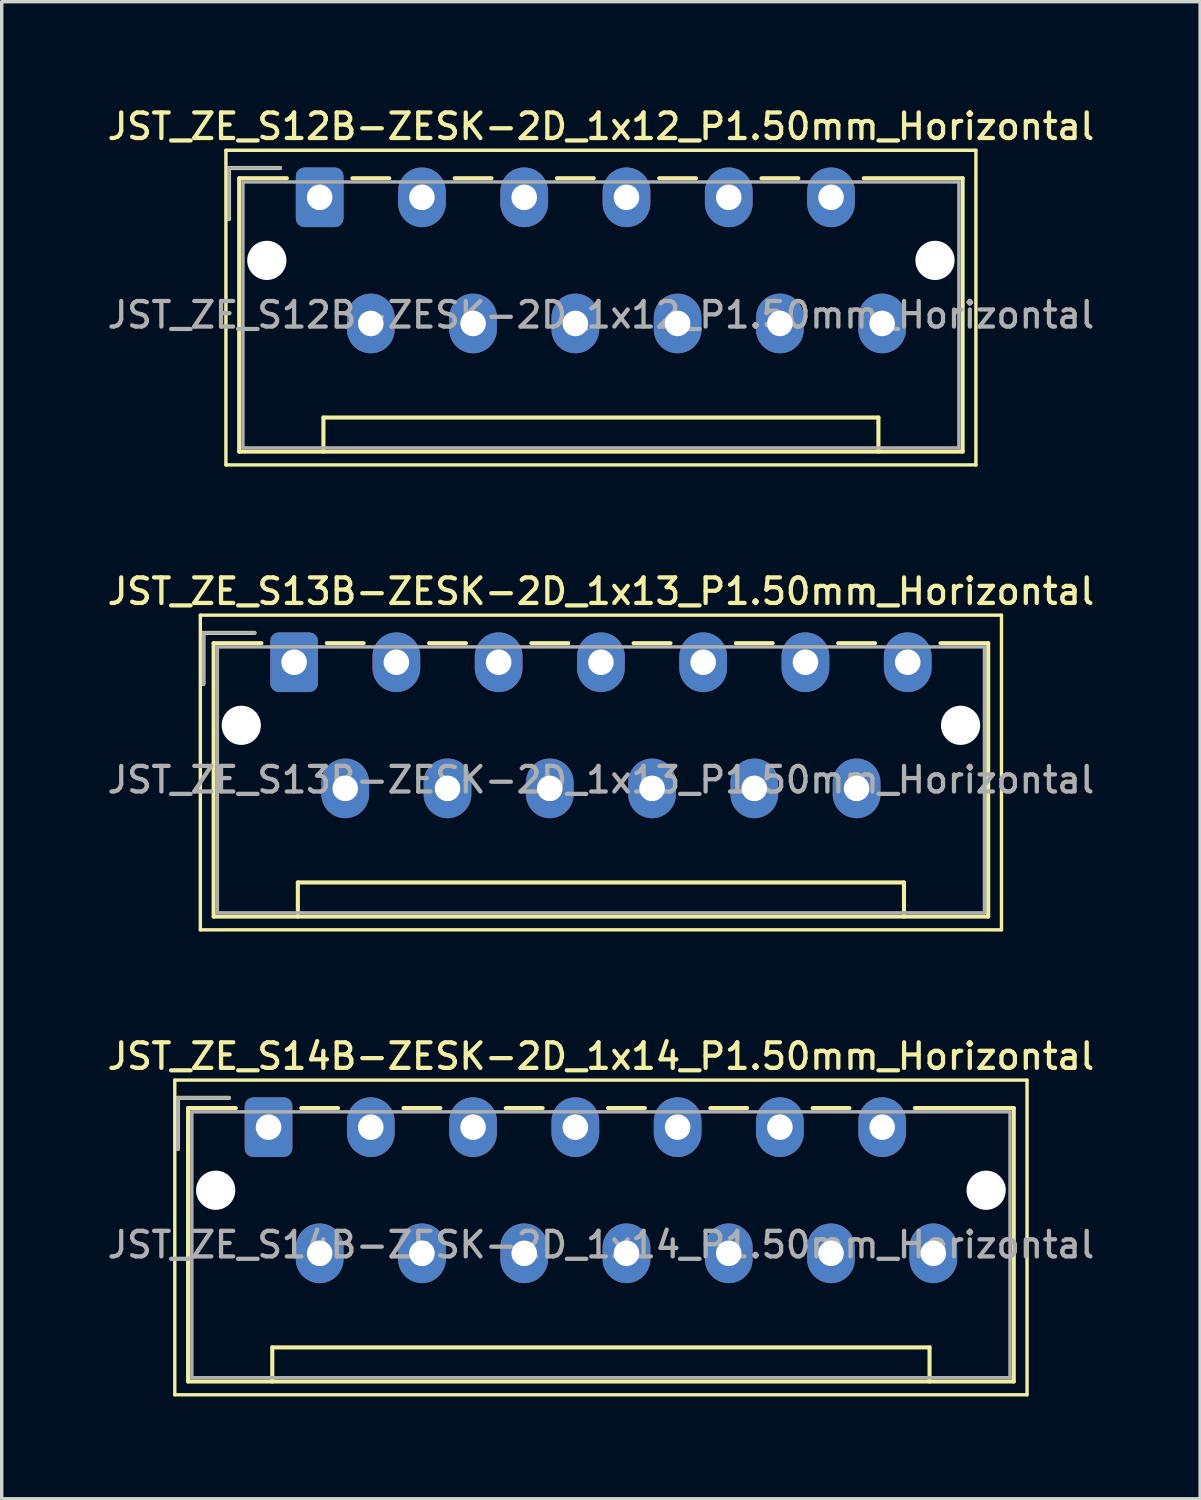
<source format=kicad_pcb>
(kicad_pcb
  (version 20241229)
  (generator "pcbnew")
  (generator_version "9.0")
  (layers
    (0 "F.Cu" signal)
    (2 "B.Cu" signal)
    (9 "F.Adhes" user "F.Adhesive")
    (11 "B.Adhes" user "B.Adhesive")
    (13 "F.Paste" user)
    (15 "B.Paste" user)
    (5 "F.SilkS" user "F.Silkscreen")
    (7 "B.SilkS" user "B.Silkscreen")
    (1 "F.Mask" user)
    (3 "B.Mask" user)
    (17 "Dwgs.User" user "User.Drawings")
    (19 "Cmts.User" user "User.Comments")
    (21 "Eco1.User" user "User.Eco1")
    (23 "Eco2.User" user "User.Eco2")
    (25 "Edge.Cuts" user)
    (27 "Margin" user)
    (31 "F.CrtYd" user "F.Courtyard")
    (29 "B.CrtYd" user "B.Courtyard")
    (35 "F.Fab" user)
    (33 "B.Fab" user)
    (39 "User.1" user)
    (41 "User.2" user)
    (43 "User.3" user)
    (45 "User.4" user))
  (footprint "JST_ZE_S13B-ZESK-2D_1x13_P1.50mm_Horizontal"
    (layer "F.Cu")
    (at 5.577 16.376)
    (property "Reference" "JST_ZE_S13B-ZESK-2D_1x13_P1.50mm_Horizontal" (at 9 -2.08 0) (layer "F.SilkS") (effects (font (size 0.75 0.75) (thickness 0.125))))
    (attr through_hole)
    (fp_line (start -2.75 -1.38) (end -2.75 7.85) (stroke (width 0.1) (type solid)) (layer "F.SilkS"))
    (fp_line (start -2.75 7.85) (end 20.75 7.85) (stroke (width 0.1) (type solid)) (layer "F.SilkS"))
    (fp_line (start -2.66 -0.86) (end -1.16 -0.86) (stroke (width 0.12) (type solid)) (layer "F.SilkS"))
    (fp_line (start -2.66 0.64) (end -2.66 -0.86) (stroke (width 0.12) (type solid)) (layer "F.SilkS"))
    (fp_line (start -2.36 -0.56) (end -2.36 7.46) (stroke (width 0.12) (type solid)) (layer "F.SilkS"))
    (fp_line (start -2.36 7.46) (end 20.36 7.46) (stroke (width 0.12) (type solid)) (layer "F.SilkS"))
    (fp_line (start -0.96 -0.56) (end -2.36 -0.56) (stroke (width 0.12) (type solid)) (layer "F.SilkS"))
    (fp_line (start 0.11 6.46) (end 17.89 6.46) (stroke (width 0.12) (type solid)) (layer "F.SilkS"))
    (fp_line (start 0.11 7.46) (end 0.11 6.46) (stroke (width 0.12) (type solid)) (layer "F.SilkS"))
    (fp_line (start 0.96 -0.56) (end 2.04 -0.56) (stroke (width 0.12) (type solid)) (layer "F.SilkS"))
    (fp_line (start 3.96 -0.56) (end 5.04 -0.56) (stroke (width 0.12) (type solid)) (layer "F.SilkS"))
    (fp_line (start 6.96 -0.56) (end 8.04 -0.56) (stroke (width 0.12) (type solid)) (layer "F.SilkS"))
    (fp_line (start 9.96 -0.56) (end 11.04 -0.56) (stroke (width 0.12) (type solid)) (layer "F.SilkS"))
    (fp_line (start 12.96 -0.56) (end 14.04 -0.56) (stroke (width 0.12) (type solid)) (layer "F.SilkS"))
    (fp_line (start 15.96 -0.56) (end 17.04 -0.56) (stroke (width 0.12) (type solid)) (layer "F.SilkS"))
    (fp_line (start 17.89 6.46) (end 17.89 7.46) (stroke (width 0.12) (type solid)) (layer "F.SilkS"))
    (fp_line (start 20.36 -0.56) (end 18.96 -0.56) (stroke (width 0.12) (type solid)) (layer "F.SilkS"))
    (fp_line (start 20.36 7.46) (end 20.36 -0.56) (stroke (width 0.12) (type solid)) (layer "F.SilkS"))
    (fp_line (start 20.75 -1.38) (end -2.75 -1.38) (stroke (width 0.1) (type solid)) (layer "F.SilkS"))
    (fp_line (start 20.75 7.85) (end 20.75 -1.38) (stroke (width 0.1) (type solid)) (layer "F.SilkS"))
    (fp_line (start -2.66 -0.86) (end -1.16 -0.86) (stroke (width 0.1) (type solid)) (layer "F.Fab"))
    (fp_line (start -2.66 0.64) (end -2.66 -0.86) (stroke (width 0.1) (type solid)) (layer "F.Fab"))
    (fp_line (start -2.25 -0.45) (end -2.25 7.35) (stroke (width 0.1) (type solid)) (layer "F.Fab"))
    (fp_line (start -2.25 7.35) (end 20.25 7.35) (stroke (width 0.1) (type solid)) (layer "F.Fab"))
    (fp_line (start 20.25 -0.45) (end -2.25 -0.45) (stroke (width 0.1) (type solid)) (layer "F.Fab"))
    (fp_line (start 20.25 7.35) (end 20.25 -0.45) (stroke (width 0.1) (type solid)) (layer "F.Fab"))
    (fp_text user "${REFERENCE}" (at 9 3.45 0) (layer "F.Fab") (effects (font (size 0.75 0.75) (thickness 0.125))))
    (pad "" np_thru_hole circle (at -1.55 1.85) (size 1.15 1.15) (drill 1.15) (layers "*.Cu" "*.Mask"))
    (pad "" np_thru_hole circle (at 19.55 1.85) (size 1.15 1.15) (drill 1.15) (layers "*.Cu" "*.Mask"))
    (pad "1" thru_hole roundrect (at 0 0) (size 1.4 1.75) (drill 0.75) (layers "*.Cu" "*.Mask") (roundrect_rratio 0.179))
    (pad "2" thru_hole oval (at 1.5 3.7) (size 1.4 1.75) (drill 0.75) (layers "*.Cu" "*.Mask"))
    (pad "3" thru_hole oval (at 3 0) (size 1.4 1.75) (drill 0.75) (layers "*.Cu" "*.Mask"))
    (pad "4" thru_hole oval (at 4.5 3.7) (size 1.4 1.75) (drill 0.75) (layers "*.Cu" "*.Mask"))
    (pad "5" thru_hole oval (at 6 0) (size 1.4 1.75) (drill 0.75) (layers "*.Cu" "*.Mask"))
    (pad "6" thru_hole oval (at 7.5 3.7) (size 1.4 1.75) (drill 0.75) (layers "*.Cu" "*.Mask"))
    (pad "7" thru_hole oval (at 9 0) (size 1.4 1.75) (drill 0.75) (layers "*.Cu" "*.Mask"))
    (pad "8" thru_hole oval (at 10.5 3.7) (size 1.4 1.75) (drill 0.75) (layers "*.Cu" "*.Mask"))
    (pad "9" thru_hole oval (at 12 0) (size 1.4 1.75) (drill 0.75) (layers "*.Cu" "*.Mask"))
    (pad "10" thru_hole oval (at 13.5 3.7) (size 1.4 1.75) (drill 0.75) (layers "*.Cu" "*.Mask"))
    (pad "11" thru_hole oval (at 15 0) (size 1.4 1.75) (drill 0.75) (layers "*.Cu" "*.Mask"))
    (pad "12" thru_hole oval (at 16.5 3.7) (size 1.4 1.75) (drill 0.75) (layers "*.Cu" "*.Mask"))
    (pad "13" thru_hole oval (at 18 0) (size 1.4 1.75) (drill 0.75) (layers "*.Cu" "*.Mask")))
  (footprint "JST_ZE_S12B-ZESK-2D_1x12_P1.50mm_Horizontal"
    (layer "F.Cu")
    (at 6.327 2.738)
    (property "Reference" "JST_ZE_S12B-ZESK-2D_1x12_P1.50mm_Horizontal" (at 8.25 -2.08 0) (layer "F.SilkS") (effects (font (size 0.75 0.75) (thickness 0.125))))
    (attr through_hole)
    (fp_line (start -2.75 -1.38) (end -2.75 7.85) (stroke (width 0.1) (type solid)) (layer "F.SilkS"))
    (fp_line (start -2.75 7.85) (end 19.25 7.85) (stroke (width 0.1) (type solid)) (layer "F.SilkS"))
    (fp_line (start -2.66 -0.86) (end -1.16 -0.86) (stroke (width 0.12) (type solid)) (layer "F.SilkS"))
    (fp_line (start -2.66 0.64) (end -2.66 -0.86) (stroke (width 0.12) (type solid)) (layer "F.SilkS"))
    (fp_line (start -2.36 -0.56) (end -2.36 7.46) (stroke (width 0.12) (type solid)) (layer "F.SilkS"))
    (fp_line (start -2.36 7.46) (end 18.86 7.46) (stroke (width 0.12) (type solid)) (layer "F.SilkS"))
    (fp_line (start -0.96 -0.56) (end -2.36 -0.56) (stroke (width 0.12) (type solid)) (layer "F.SilkS"))
    (fp_line (start 0.11 6.46) (end 16.39 6.46) (stroke (width 0.12) (type solid)) (layer "F.SilkS"))
    (fp_line (start 0.11 7.46) (end 0.11 6.46) (stroke (width 0.12) (type solid)) (layer "F.SilkS"))
    (fp_line (start 0.96 -0.56) (end 2.04 -0.56) (stroke (width 0.12) (type solid)) (layer "F.SilkS"))
    (fp_line (start 3.96 -0.56) (end 5.04 -0.56) (stroke (width 0.12) (type solid)) (layer "F.SilkS"))
    (fp_line (start 6.96 -0.56) (end 8.04 -0.56) (stroke (width 0.12) (type solid)) (layer "F.SilkS"))
    (fp_line (start 9.96 -0.56) (end 11.04 -0.56) (stroke (width 0.12) (type solid)) (layer "F.SilkS"))
    (fp_line (start 12.96 -0.56) (end 14.04 -0.56) (stroke (width 0.12) (type solid)) (layer "F.SilkS"))
    (fp_line (start 16.39 6.46) (end 16.39 7.46) (stroke (width 0.12) (type solid)) (layer "F.SilkS"))
    (fp_line (start 18.86 -0.56) (end 15.96 -0.56) (stroke (width 0.12) (type solid)) (layer "F.SilkS"))
    (fp_line (start 18.86 7.46) (end 18.86 -0.56) (stroke (width 0.12) (type solid)) (layer "F.SilkS"))
    (fp_line (start 19.25 -1.38) (end -2.75 -1.38) (stroke (width 0.1) (type solid)) (layer "F.SilkS"))
    (fp_line (start 19.25 7.85) (end 19.25 -1.38) (stroke (width 0.1) (type solid)) (layer "F.SilkS"))
    (fp_line (start -2.66 -0.86) (end -1.16 -0.86) (stroke (width 0.1) (type solid)) (layer "F.Fab"))
    (fp_line (start -2.66 0.64) (end -2.66 -0.86) (stroke (width 0.1) (type solid)) (layer "F.Fab"))
    (fp_line (start -2.25 -0.45) (end -2.25 7.35) (stroke (width 0.1) (type solid)) (layer "F.Fab"))
    (fp_line (start -2.25 7.35) (end 18.75 7.35) (stroke (width 0.1) (type solid)) (layer "F.Fab"))
    (fp_line (start 18.75 -0.45) (end -2.25 -0.45) (stroke (width 0.1) (type solid)) (layer "F.Fab"))
    (fp_line (start 18.75 7.35) (end 18.75 -0.45) (stroke (width 0.1) (type solid)) (layer "F.Fab"))
    (fp_text user "${REFERENCE}" (at 8.25 3.45 0) (layer "F.Fab") (effects (font (size 0.75 0.75) (thickness 0.125))))
    (pad "" np_thru_hole circle (at -1.55 1.85) (size 1.15 1.15) (drill 1.15) (layers "*.Cu" "*.Mask"))
    (pad "" np_thru_hole circle (at 18.05 1.85) (size 1.15 1.15) (drill 1.15) (layers "*.Cu" "*.Mask"))
    (pad "1" thru_hole roundrect (at 0 0) (size 1.4 1.75) (drill 0.75) (layers "*.Cu" "*.Mask") (roundrect_rratio 0.179))
    (pad "2" thru_hole oval (at 1.5 3.7) (size 1.4 1.75) (drill 0.75) (layers "*.Cu" "*.Mask"))
    (pad "3" thru_hole oval (at 3 0) (size 1.4 1.75) (drill 0.75) (layers "*.Cu" "*.Mask"))
    (pad "4" thru_hole oval (at 4.5 3.7) (size 1.4 1.75) (drill 0.75) (layers "*.Cu" "*.Mask"))
    (pad "5" thru_hole oval (at 6 0) (size 1.4 1.75) (drill 0.75) (layers "*.Cu" "*.Mask"))
    (pad "6" thru_hole oval (at 7.5 3.7) (size 1.4 1.75) (drill 0.75) (layers "*.Cu" "*.Mask"))
    (pad "7" thru_hole oval (at 9 0) (size 1.4 1.75) (drill 0.75) (layers "*.Cu" "*.Mask"))
    (pad "8" thru_hole oval (at 10.5 3.7) (size 1.4 1.75) (drill 0.75) (layers "*.Cu" "*.Mask"))
    (pad "9" thru_hole oval (at 12 0) (size 1.4 1.75) (drill 0.75) (layers "*.Cu" "*.Mask"))
    (pad "10" thru_hole oval (at 13.5 3.7) (size 1.4 1.75) (drill 0.75) (layers "*.Cu" "*.Mask"))
    (pad "11" thru_hole oval (at 15 0) (size 1.4 1.75) (drill 0.75) (layers "*.Cu" "*.Mask"))
    (pad "12" thru_hole oval (at 16.5 3.7) (size 1.4 1.75) (drill 0.75) (layers "*.Cu" "*.Mask")))
  (footprint "JST_ZE_S14B-ZESK-2D_1x14_P1.50mm_Horizontal"
    (layer "F.Cu")
    (at 4.827 30.014)
    (property "Reference" "JST_ZE_S14B-ZESK-2D_1x14_P1.50mm_Horizontal" (at 9.75 -2.08 0) (layer "F.SilkS") (effects (font (size 0.75 0.75) (thickness 0.125))))
    (attr through_hole)
    (fp_line (start -2.75 -1.38) (end -2.75 7.85) (stroke (width 0.1) (type solid)) (layer "F.SilkS"))
    (fp_line (start -2.75 7.85) (end 22.25 7.85) (stroke (width 0.1) (type solid)) (layer "F.SilkS"))
    (fp_line (start -2.66 -0.86) (end -1.16 -0.86) (stroke (width 0.12) (type solid)) (layer "F.SilkS"))
    (fp_line (start -2.66 0.64) (end -2.66 -0.86) (stroke (width 0.12) (type solid)) (layer "F.SilkS"))
    (fp_line (start -2.36 -0.56) (end -2.36 7.46) (stroke (width 0.12) (type solid)) (layer "F.SilkS"))
    (fp_line (start -2.36 7.46) (end 21.86 7.46) (stroke (width 0.12) (type solid)) (layer "F.SilkS"))
    (fp_line (start -0.96 -0.56) (end -2.36 -0.56) (stroke (width 0.12) (type solid)) (layer "F.SilkS"))
    (fp_line (start 0.11 6.46) (end 19.39 6.46) (stroke (width 0.12) (type solid)) (layer "F.SilkS"))
    (fp_line (start 0.11 7.46) (end 0.11 6.46) (stroke (width 0.12) (type solid)) (layer "F.SilkS"))
    (fp_line (start 0.96 -0.56) (end 2.04 -0.56) (stroke (width 0.12) (type solid)) (layer "F.SilkS"))
    (fp_line (start 3.96 -0.56) (end 5.04 -0.56) (stroke (width 0.12) (type solid)) (layer "F.SilkS"))
    (fp_line (start 6.96 -0.56) (end 8.04 -0.56) (stroke (width 0.12) (type solid)) (layer "F.SilkS"))
    (fp_line (start 9.96 -0.56) (end 11.04 -0.56) (stroke (width 0.12) (type solid)) (layer "F.SilkS"))
    (fp_line (start 12.96 -0.56) (end 14.04 -0.56) (stroke (width 0.12) (type solid)) (layer "F.SilkS"))
    (fp_line (start 15.96 -0.56) (end 17.04 -0.56) (stroke (width 0.12) (type solid)) (layer "F.SilkS"))
    (fp_line (start 19.39 6.46) (end 19.39 7.46) (stroke (width 0.12) (type solid)) (layer "F.SilkS"))
    (fp_line (start 21.86 -0.56) (end 18.96 -0.56) (stroke (width 0.12) (type solid)) (layer "F.SilkS"))
    (fp_line (start 21.86 7.46) (end 21.86 -0.56) (stroke (width 0.12) (type solid)) (layer "F.SilkS"))
    (fp_line (start 22.25 -1.38) (end -2.75 -1.38) (stroke (width 0.1) (type solid)) (layer "F.SilkS"))
    (fp_line (start 22.25 7.85) (end 22.25 -1.38) (stroke (width 0.1) (type solid)) (layer "F.SilkS"))
    (fp_line (start -2.66 -0.86) (end -1.16 -0.86) (stroke (width 0.1) (type solid)) (layer "F.Fab"))
    (fp_line (start -2.66 0.64) (end -2.66 -0.86) (stroke (width 0.1) (type solid)) (layer "F.Fab"))
    (fp_line (start -2.25 -0.45) (end -2.25 7.35) (stroke (width 0.1) (type solid)) (layer "F.Fab"))
    (fp_line (start -2.25 7.35) (end 21.75 7.35) (stroke (width 0.1) (type solid)) (layer "F.Fab"))
    (fp_line (start 21.75 -0.45) (end -2.25 -0.45) (stroke (width 0.1) (type solid)) (layer "F.Fab"))
    (fp_line (start 21.75 7.35) (end 21.75 -0.45) (stroke (width 0.1) (type solid)) (layer "F.Fab"))
    (fp_text user "${REFERENCE}" (at 9.75 3.45 0) (layer "F.Fab") (effects (font (size 0.75 0.75) (thickness 0.125))))
    (pad "" np_thru_hole circle (at -1.55 1.85) (size 1.15 1.15) (drill 1.15) (layers "*.Cu" "*.Mask"))
    (pad "" np_thru_hole circle (at 21.05 1.85) (size 1.15 1.15) (drill 1.15) (layers "*.Cu" "*.Mask"))
    (pad "1" thru_hole roundrect (at 0 0) (size 1.4 1.75) (drill 0.75) (layers "*.Cu" "*.Mask") (roundrect_rratio 0.179))
    (pad "2" thru_hole oval (at 1.5 3.7) (size 1.4 1.75) (drill 0.75) (layers "*.Cu" "*.Mask"))
    (pad "3" thru_hole oval (at 3 0) (size 1.4 1.75) (drill 0.75) (layers "*.Cu" "*.Mask"))
    (pad "4" thru_hole oval (at 4.5 3.7) (size 1.4 1.75) (drill 0.75) (layers "*.Cu" "*.Mask"))
    (pad "5" thru_hole oval (at 6 0) (size 1.4 1.75) (drill 0.75) (layers "*.Cu" "*.Mask"))
    (pad "6" thru_hole oval (at 7.5 3.7) (size 1.4 1.75) (drill 0.75) (layers "*.Cu" "*.Mask"))
    (pad "7" thru_hole oval (at 9 0) (size 1.4 1.75) (drill 0.75) (layers "*.Cu" "*.Mask"))
    (pad "8" thru_hole oval (at 10.5 3.7) (size 1.4 1.75) (drill 0.75) (layers "*.Cu" "*.Mask"))
    (pad "9" thru_hole oval (at 12 0) (size 1.4 1.75) (drill 0.75) (layers "*.Cu" "*.Mask"))
    (pad "10" thru_hole oval (at 13.5 3.7) (size 1.4 1.75) (drill 0.75) (layers "*.Cu" "*.Mask"))
    (pad "11" thru_hole oval (at 15 0) (size 1.4 1.75) (drill 0.75) (layers "*.Cu" "*.Mask"))
    (pad "12" thru_hole oval (at 16.5 3.7) (size 1.4 1.75) (drill 0.75) (layers "*.Cu" "*.Mask"))
    (pad "13" thru_hole oval (at 18 0) (size 1.4 1.75) (drill 0.75) (layers "*.Cu" "*.Mask"))
    (pad "14" thru_hole oval (at 19.5 3.7) (size 1.4 1.75) (drill 0.75) (layers "*.Cu" "*.Mask")))
  (gr_rect
    (start -3 -3)
    (end 32.154 40.914)
    (stroke (width 0.1) (type default))
    (fill no)
    (layer "Edge.Cuts")))
</source>
